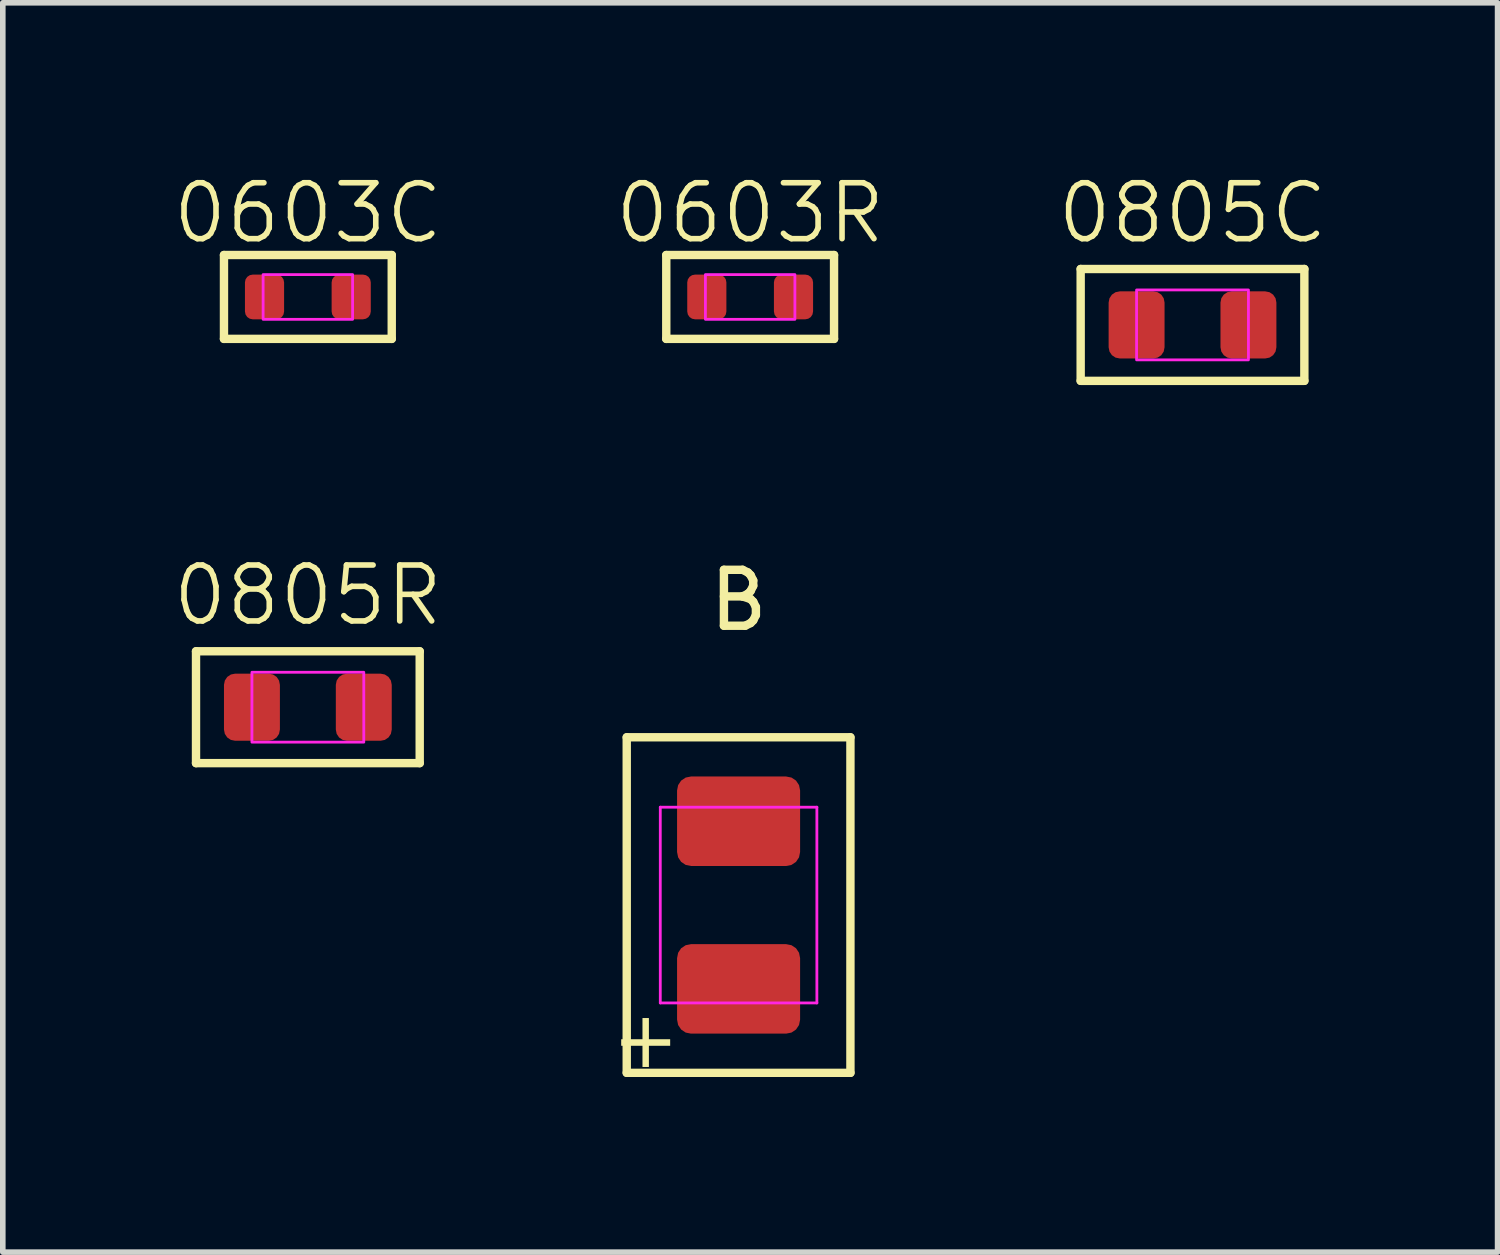
<source format=kicad_pcb>
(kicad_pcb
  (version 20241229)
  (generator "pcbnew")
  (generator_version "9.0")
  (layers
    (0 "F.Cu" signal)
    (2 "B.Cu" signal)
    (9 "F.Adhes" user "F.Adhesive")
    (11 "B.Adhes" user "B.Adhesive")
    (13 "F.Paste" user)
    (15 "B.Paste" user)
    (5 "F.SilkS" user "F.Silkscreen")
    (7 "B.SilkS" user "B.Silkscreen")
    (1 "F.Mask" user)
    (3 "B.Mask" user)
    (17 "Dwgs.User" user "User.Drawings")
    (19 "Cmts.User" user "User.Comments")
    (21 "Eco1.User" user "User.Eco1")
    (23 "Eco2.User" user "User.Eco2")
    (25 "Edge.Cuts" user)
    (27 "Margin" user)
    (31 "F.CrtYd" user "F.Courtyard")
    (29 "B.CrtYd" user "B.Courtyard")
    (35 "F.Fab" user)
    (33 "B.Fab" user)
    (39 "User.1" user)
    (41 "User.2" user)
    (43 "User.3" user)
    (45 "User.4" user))
  (footprint "0805R"
    (layer "F.Cu")
    (at 2.455 9.596)
    (property "Reference" "0805R" (at 0 -2 0) (unlocked yes) (layer "F.SilkS") (effects (font (size 1 1) (thickness 0.1))))
    (fp_line (start -2 -1) (end 2 -1) (stroke (width 0.15) (type solid)) (layer "F.SilkS"))
    (fp_line (start -2 1) (end -2 -1) (stroke (width 0.15) (type solid)) (layer "F.SilkS"))
    (fp_line (start -2 1) (end 2 1) (stroke (width 0.15) (type solid)) (layer "F.SilkS"))
    (fp_line (start 2 1) (end 2 -1) (stroke (width 0.15) (type solid)) (layer "F.SilkS"))
    (fp_rect (start -1 0.625) (end 1 -0.625) (stroke (width 0.05) (type solid)) (fill no) (layer "F.CrtYd"))
    (pad "1" smd roundrect (at -1 0) (size 1 1.2) (layers "F.Cu" "F.Mask" "F.Paste") (roundrect_rratio 0.2))
    (pad "2" smd roundrect (at 1 0) (size 1 1.2) (layers "F.Cu" "F.Mask" "F.Paste") (roundrect_rratio 0.2)))
  (footprint "B"
    (layer "F.Cu")
    (at 10.157 13.134)
    (property "Reference" "B" (at 0 -5.45 0) (layer "F.SilkS") (effects (font (size 1 1) (thickness 0.15))))
    (fp_line (start -2 -3) (end -2 3) (stroke (width 0.15) (type solid)) (layer "F.SilkS"))
    (fp_line (start 2 -3) (end -2 -3) (stroke (width 0.15) (type solid)) (layer "F.SilkS"))
    (fp_line (start 2 -3) (end 2 3) (stroke (width 0.15) (type solid)) (layer "F.SilkS"))
    (fp_line (start 2 3) (end -2 3) (stroke (width 0.15) (type solid)) (layer "F.SilkS"))
    (fp_line (start -1.4 -1.75) (end -1.4 1.75) (stroke (width 0.05) (type solid)) (layer "F.CrtYd"))
    (fp_line (start 1.4 -1.75) (end -1.4 -1.75) (stroke (width 0.05) (type solid)) (layer "F.CrtYd"))
    (fp_line (start 1.4 -1.75) (end 1.4 1.75) (stroke (width 0.05) (type solid)) (layer "F.CrtYd"))
    (fp_line (start 1.4 1.75) (end -1.4 1.75) (stroke (width 0.05) (type solid)) (layer "F.CrtYd"))
    (fp_text user "+" (at -1.075 1.85 180) (unlocked yes) (layer "F.SilkS") (effects (font (face "Arial") (size 1 1) (thickness 0.223)) (justify left bottom)))
    (pad "1" smd roundrect (at 0 1.499 180) (size 2.2 1.6) (layers "F.Cu" "F.Mask" "F.Paste") (roundrect_rratio 0.156))
    (pad "2" smd roundrect (at 0 -1.499 180) (size 2.2 1.6) (layers "F.Cu" "F.Mask" "F.Paste") (roundrect_rratio 0.156)))
  (footprint "0603R"
    (layer "F.Cu")
    (at 10.364 2.26)
    (property "Reference" "0603R" (at 0 -1.5 0) (unlocked yes) (layer "F.SilkS") (effects (font (size 1 1) (thickness 0.1))))
    (fp_line (start -1.5 -0.75) (end 1.5 -0.75) (stroke (width 0.15) (type solid)) (layer "F.SilkS"))
    (fp_line (start -1.5 0.75) (end -1.5 -0.75) (stroke (width 0.15) (type solid)) (layer "F.SilkS"))
    (fp_line (start -1.5 0.75) (end 1.5 0.75) (stroke (width 0.15) (type solid)) (layer "F.SilkS"))
    (fp_line (start 1.5 0.75) (end 1.5 -0.75) (stroke (width 0.15) (type solid)) (layer "F.SilkS"))
    (fp_rect (start -0.8 -0.4) (end 0.8 0.4) (stroke (width 0.05) (type solid)) (fill no) (layer "F.CrtYd"))
    (pad "1" smd roundrect (at -0.775 0) (size 0.7 0.8) (layers "F.Cu" "F.Mask" "F.Paste") (roundrect_rratio 0.2))
    (pad "2" smd roundrect (at 0.775 0) (size 0.7 0.8) (layers "F.Cu" "F.Mask" "F.Paste") (roundrect_rratio 0.2)))
  (footprint "0805C"
    (layer "F.Cu")
    (at 18.274 2.76)
    (property "Reference" "0805C" (at 0 -2 0) (unlocked yes) (layer "F.SilkS") (effects (font (size 1 1) (thickness 0.1))))
    (fp_line (start -2 -1) (end 2 -1) (stroke (width 0.15) (type solid)) (layer "F.SilkS"))
    (fp_line (start -2 1) (end -2 -1) (stroke (width 0.15) (type solid)) (layer "F.SilkS"))
    (fp_line (start -2 1) (end 2 1) (stroke (width 0.15) (type solid)) (layer "F.SilkS"))
    (fp_line (start 2 1) (end 2 -1) (stroke (width 0.15) (type solid)) (layer "F.SilkS"))
    (fp_rect (start -1 0.625) (end 1 -0.625) (stroke (width 0.05) (type solid)) (fill no) (layer "F.CrtYd"))
    (pad "1" smd roundrect (at -1 0) (size 1 1.2) (layers "F.Cu" "F.Mask" "F.Paste") (roundrect_rratio 0.2))
    (pad "2" smd roundrect (at 1 0) (size 1 1.2) (layers "F.Cu" "F.Mask" "F.Paste") (roundrect_rratio 0.2)))
  (footprint "0603C"
    (layer "F.Cu")
    (at 2.455 2.26)
    (property "Reference" "0603C" (at 0 -1.5 0) (unlocked yes) (layer "F.SilkS") (effects (font (size 1 1) (thickness 0.1))))
    (fp_line (start -1.5 -0.75) (end 1.5 -0.75) (stroke (width 0.15) (type solid)) (layer "F.SilkS"))
    (fp_line (start -1.5 0.75) (end -1.5 -0.75) (stroke (width 0.15) (type solid)) (layer "F.SilkS"))
    (fp_line (start -1.5 0.75) (end 1.5 0.75) (stroke (width 0.15) (type solid)) (layer "F.SilkS"))
    (fp_line (start 1.5 0.75) (end 1.5 -0.75) (stroke (width 0.15) (type solid)) (layer "F.SilkS"))
    (fp_rect (start -0.8 -0.4) (end 0.8 0.4) (stroke (width 0.05) (type solid)) (fill no) (layer "F.CrtYd"))
    (pad "1" smd roundrect (at -0.775 0) (size 0.7 0.8) (layers "F.Cu" "F.Mask" "F.Paste") (roundrect_rratio 0.2))
    (pad "2" smd roundrect (at 0.775 0) (size 0.7 0.8) (layers "F.Cu" "F.Mask" "F.Paste") (roundrect_rratio 0.2)))
  (gr_rect
    (start -3 -3)
    (end 23.729 19.34)
    (stroke (width 0.1) (type default))
    (fill no)
    (layer "Edge.Cuts")))
</source>
